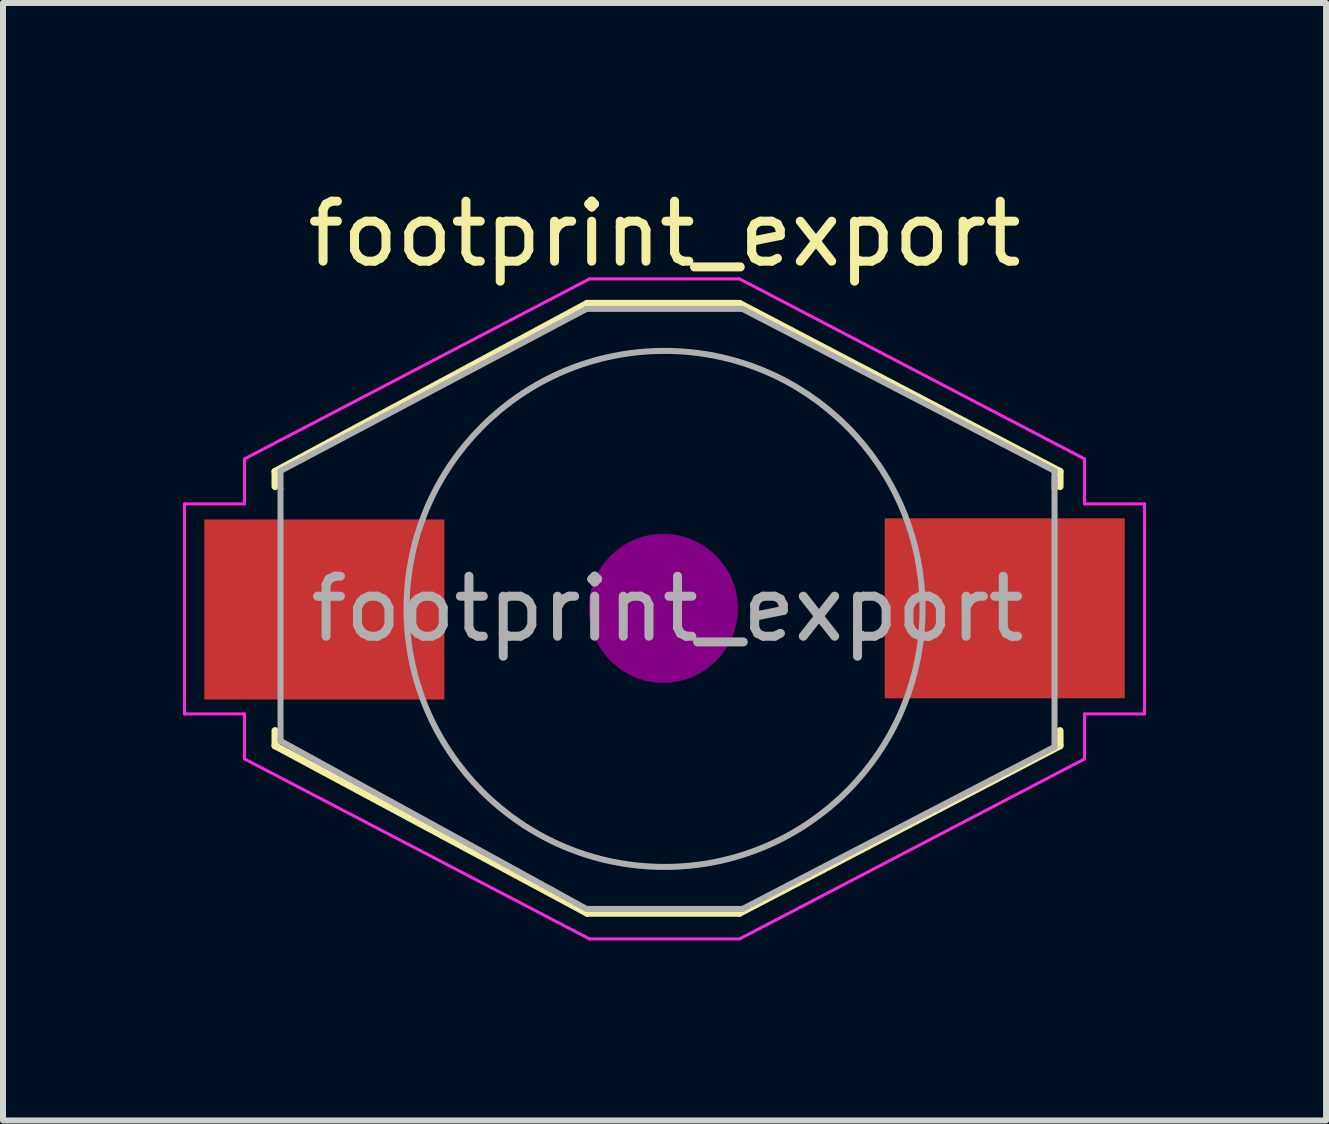
<source format=kicad_pcb>
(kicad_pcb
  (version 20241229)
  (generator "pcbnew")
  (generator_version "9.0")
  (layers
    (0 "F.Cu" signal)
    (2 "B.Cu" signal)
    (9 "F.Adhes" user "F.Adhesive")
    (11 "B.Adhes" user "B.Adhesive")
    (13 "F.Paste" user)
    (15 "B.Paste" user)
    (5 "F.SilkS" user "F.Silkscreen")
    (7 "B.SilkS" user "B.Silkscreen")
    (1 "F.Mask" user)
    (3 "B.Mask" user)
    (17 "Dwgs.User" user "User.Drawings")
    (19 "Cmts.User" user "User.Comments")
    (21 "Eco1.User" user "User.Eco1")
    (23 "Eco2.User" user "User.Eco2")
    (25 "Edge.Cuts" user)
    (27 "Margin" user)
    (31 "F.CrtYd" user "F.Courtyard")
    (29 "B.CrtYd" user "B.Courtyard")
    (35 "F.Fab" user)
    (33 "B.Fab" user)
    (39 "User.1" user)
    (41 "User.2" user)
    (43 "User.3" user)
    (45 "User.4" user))
  (footprint "footprint_export"
    (layer "F.Cu")
    (at 8.025 7.098)
    (property "Reference" "footprint_export" (at 0 -6.25 0) (layer "F.SilkS") (effects (font (size 1 1) (thickness 0.15))))
    (attr smd)
    (fp_line (start -6.49 -2.29) (end -6.49 -2.04) (stroke (width 0.12) (type solid)) (layer "F.SilkS"))
    (fp_line (start -6.49 2.28) (end -6.49 2.03) (stroke (width 0.12) (type solid)) (layer "F.SilkS"))
    (fp_line (start -1.29 -5.09) (end -6.49 -2.29) (stroke (width 0.12) (type solid)) (layer "F.SilkS"))
    (fp_line (start -1.29 -5.09) (end 1.25 -5.09) (stroke (width 0.12) (type solid)) (layer "F.SilkS"))
    (fp_line (start -1.29 5.07) (end -6.49 2.28) (stroke (width 0.12) (type solid)) (layer "F.SilkS"))
    (fp_line (start -1.29 5.07) (end 1.25 5.07) (stroke (width 0.12) (type solid)) (layer "F.SilkS"))
    (fp_line (start 1.25 -5.09) (end 6.59 -2.29) (stroke (width 0.12) (type solid)) (layer "F.SilkS"))
    (fp_line (start 1.25 5.07) (end 6.59 2.28) (stroke (width 0.12) (type solid)) (layer "F.SilkS"))
    (fp_line (start 6.59 -2.29) (end 6.59 -2.04) (stroke (width 0.12) (type solid)) (layer "F.SilkS"))
    (fp_line (start 6.59 2.28) (end 6.59 2.03) (stroke (width 0.12) (type solid)) (layer "F.SilkS"))
    (fp_line (start -0.02 -0.26) (end -0.02 0.25) (stroke (width 0.38) (type solid)) (layer "F.Adhes"))
    (fp_circle (center -0.02 -0.01) (end -0.02 0.5) (stroke (width 0.38) (type solid)) (fill no) (layer "F.Adhes"))
    (fp_circle (center -0.02 -0.01) (end 0.24 -0.01) (stroke (width 0.38) (type solid)) (fill no) (layer "F.Adhes"))
    (fp_circle (center -0.02 -0.01) (end 0.24 0.76) (stroke (width 0.38) (type solid)) (fill no) (layer "F.Adhes"))
    (fp_circle (center -0.02 -0.01) (end 0.24 1.01) (stroke (width 0.38) (type solid)) (fill no) (layer "F.Adhes"))
    (fp_line (start -8 -1.75) (end -8 1.75) (stroke (width 0.05) (type solid)) (layer "F.CrtYd"))
    (fp_line (start -8 1.75) (end -7 1.75) (stroke (width 0.05) (type solid)) (layer "F.CrtYd"))
    (fp_line (start -7 -2.5) (end -7 -1.75) (stroke (width 0.05) (type solid)) (layer "F.CrtYd"))
    (fp_line (start -7 -2.5) (end -1.25 -5.5) (stroke (width 0.05) (type solid)) (layer "F.CrtYd"))
    (fp_line (start -7 -1.75) (end -8 -1.75) (stroke (width 0.05) (type solid)) (layer "F.CrtYd"))
    (fp_line (start -7 1.75) (end -7 2.5) (stroke (width 0.05) (type solid)) (layer "F.CrtYd"))
    (fp_line (start -1.25 -5.5) (end 1.25 -5.5) (stroke (width 0.05) (type solid)) (layer "F.CrtYd"))
    (fp_line (start -1.25 5.5) (end -7 2.5) (stroke (width 0.05) (type solid)) (layer "F.CrtYd"))
    (fp_line (start 1.25 -5.5) (end 7 -2.5) (stroke (width 0.05) (type solid)) (layer "F.CrtYd"))
    (fp_line (start 1.25 5.5) (end -1.25 5.5) (stroke (width 0.05) (type solid)) (layer "F.CrtYd"))
    (fp_line (start 7 -1.75) (end 7 -2.5) (stroke (width 0.05) (type solid)) (layer "F.CrtYd"))
    (fp_line (start 7 1.75) (end 8 1.75) (stroke (width 0.05) (type solid)) (layer "F.CrtYd"))
    (fp_line (start 7 2.25) (end 7 1.75) (stroke (width 0.05) (type solid)) (layer "F.CrtYd"))
    (fp_line (start 7 2.25) (end 7 2.5) (stroke (width 0.05) (type solid)) (layer "F.CrtYd"))
    (fp_line (start 7 2.5) (end 1.25 5.5) (stroke (width 0.05) (type solid)) (layer "F.CrtYd"))
    (fp_line (start 8 -1.75) (end 7 -1.75) (stroke (width 0.05) (type solid)) (layer "F.CrtYd"))
    (fp_line (start 8 1.75) (end 8 -1.75) (stroke (width 0.05) (type solid)) (layer "F.CrtYd"))
    (fp_line (start -6.4 -2.3) (end -1.3 -5) (stroke (width 0.1) (type solid)) (layer "F.Fab"))
    (fp_line (start -6.4 -2) (end -6.4 -2.3) (stroke (width 0.1) (type solid)) (layer "F.Fab"))
    (fp_line (start -6.4 -2) (end -6.4 2.2) (stroke (width 0.1) (type solid)) (layer "F.Fab"))
    (fp_line (start -6.4 2.2) (end -1.3 5) (stroke (width 0.1) (type solid)) (layer "F.Fab"))
    (fp_line (start -1.3 -5) (end 1.3 -5) (stroke (width 0.1) (type solid)) (layer "F.Fab"))
    (fp_line (start -1.3 5) (end 1.3 5) (stroke (width 0.1) (type solid)) (layer "F.Fab"))
    (fp_line (start 1.3 -5) (end 6.5 -2.3) (stroke (width 0.1) (type solid)) (layer "F.Fab"))
    (fp_line (start 1.3 5) (end 6.5 2.3) (stroke (width 0.1) (type solid)) (layer "F.Fab"))
    (fp_line (start 6.5 -2.3) (end 6.5 -2) (stroke (width 0.1) (type solid)) (layer "F.Fab"))
    (fp_line (start 6.5 2.3) (end 6.5 -2.2) (stroke (width 0.1) (type solid)) (layer "F.Fab"))
    (fp_circle (center 0 0) (end 0 -4.3) (stroke (width 0.1) (type solid)) (fill no) (layer "F.Fab"))
    (fp_text user "${REFERENCE}" (at 0.05 0 0) (layer "F.Fab") (effects (font (size 1 1) (thickness 0.15))))
    (pad "1" smd rect (at 5.67 -0.01) (size 4 3) (layers "F.Cu" "F.Mask" "F.Paste"))
    (pad "2" smd rect (at -5.67 0.01) (size 4 3) (layers "F.Cu" "F.Mask" "F.Paste")))
  (gr_rect
    (start -3 -3)
    (end 19.05 15.623)
    (stroke (width 0.1) (type default))
    (fill no)
    (layer "Edge.Cuts")))
</source>
